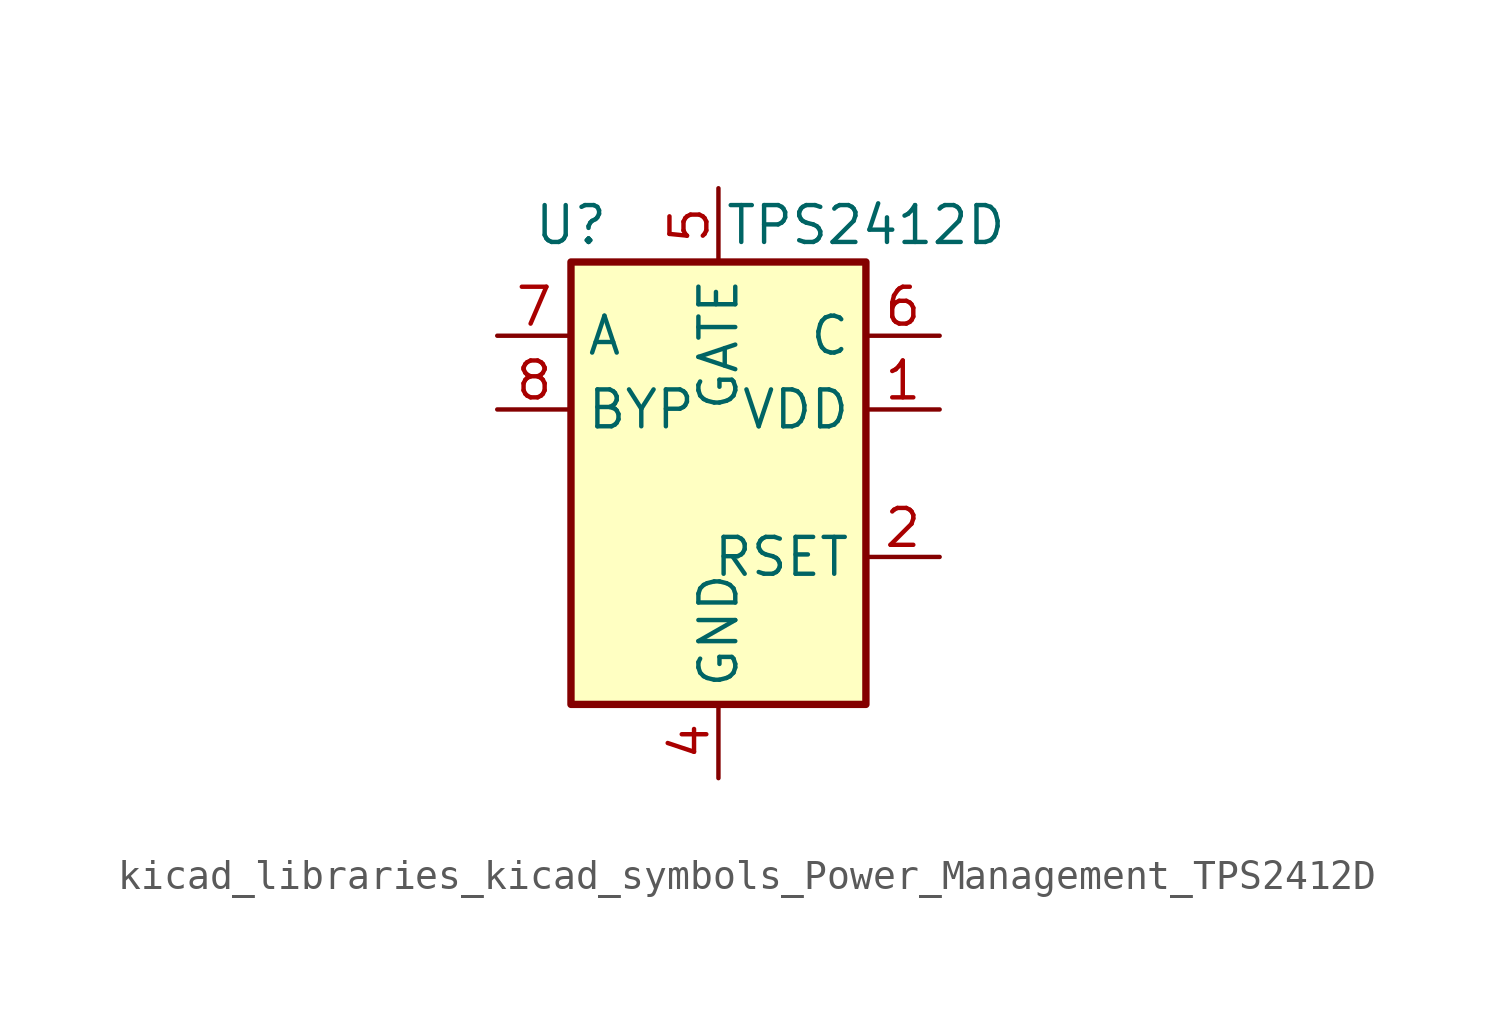
<source format=kicad_sym>
(kicad_symbol_lib
  (version 20220914)
  (generator kicad_symbol_editor)
  (symbol "kicad_libraries_kicad_symbols_Power_Management_TPS2412D"
    (property "Reference" "U"
      (at -5.08 8.89 0)
      (effects (font (size 1.27 1.27))))
    (property "Value" "TPS2412D"
      (at 5.08 8.89 0)
      (effects (font (size 1.27 1.27))))
    (symbol "kicad_libraries_kicad_symbols_Power_Management_TPS2412D_0_1"
      (rectangle (start -5.08 7.62) (end 5.08 -7.62) (stroke (width 0.254) (type default)) (fill (type background))))
    (symbol "kicad_libraries_kicad_symbols_Power_Management_TPS2412D_1_1"
      (pin power_in line (at 7.62 2.54 180) (length 2.54) (name "VDD" (effects (font (size 1.27 1.27)))) (number "1" (effects (font (size 1.27 1.27)))))
      (pin passive line (at 7.62 -2.54 180) (length 2.54) (name "RSET" (effects (font (size 1.27 1.27)))) (number "2" (effects (font (size 1.27 1.27)))))
      (pin passive line (at 0 -10.16 90) (length 2.54) hide (name "GND" (effects (font (size 1.27 1.27)))) (number "3" (effects (font (size 1.27 1.27)))))
      (pin power_in line (at 0 -10.16 90) (length 2.54) (name "GND" (effects (font (size 1.27 1.27)))) (number "4" (effects (font (size 1.27 1.27)))))
      (pin output line (at 0 10.16 270) (length 2.54) (name "GATE" (effects (font (size 1.27 1.27)))) (number "5" (effects (font (size 1.27 1.27)))))
      (pin input line (at 7.62 5.08 180) (length 2.54) (name "C" (effects (font (size 1.27 1.27)))) (number "6" (effects (font (size 1.27 1.27)))))
      (pin input line (at -7.62 5.08 0) (length 2.54) (name "A" (effects (font (size 1.27 1.27)))) (number "7" (effects (font (size 1.27 1.27)))))
      (pin passive line (at -7.62 2.54 0) (length 2.54) (name "BYP" (effects (font (size 1.27 1.27)))) (number "8" (effects (font (size 1.27 1.27))))))))
</source>
